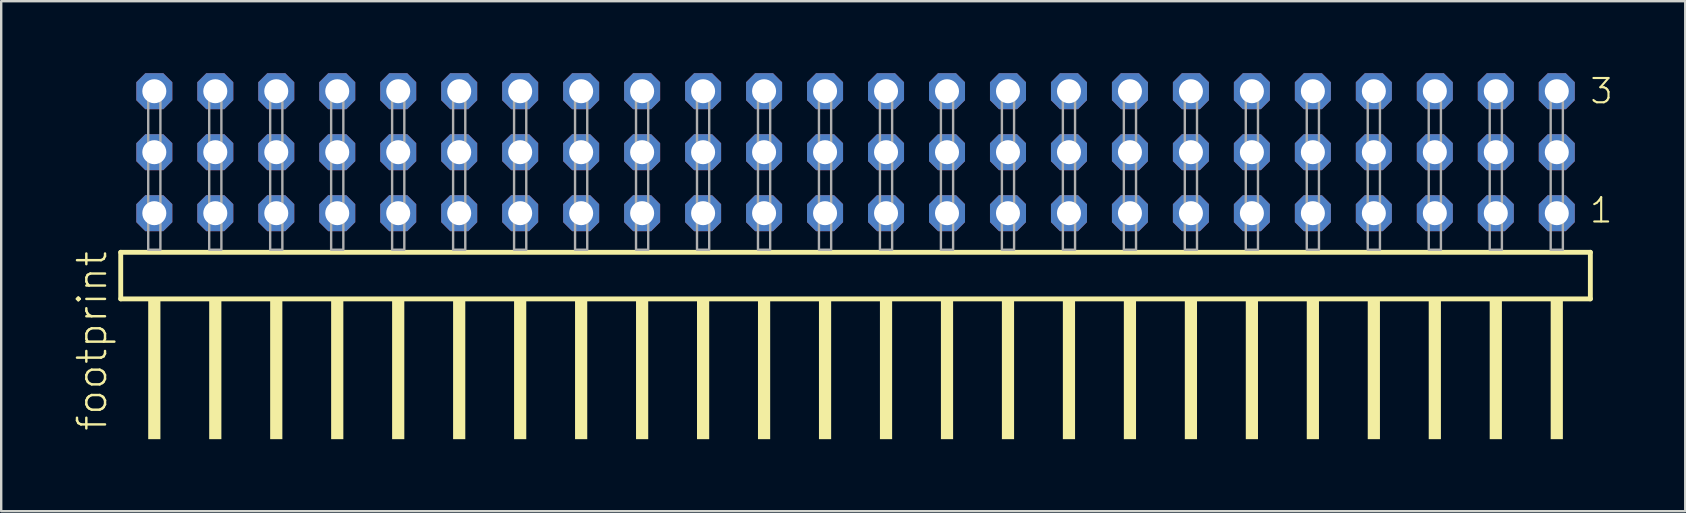
<source format=kicad_pcb>
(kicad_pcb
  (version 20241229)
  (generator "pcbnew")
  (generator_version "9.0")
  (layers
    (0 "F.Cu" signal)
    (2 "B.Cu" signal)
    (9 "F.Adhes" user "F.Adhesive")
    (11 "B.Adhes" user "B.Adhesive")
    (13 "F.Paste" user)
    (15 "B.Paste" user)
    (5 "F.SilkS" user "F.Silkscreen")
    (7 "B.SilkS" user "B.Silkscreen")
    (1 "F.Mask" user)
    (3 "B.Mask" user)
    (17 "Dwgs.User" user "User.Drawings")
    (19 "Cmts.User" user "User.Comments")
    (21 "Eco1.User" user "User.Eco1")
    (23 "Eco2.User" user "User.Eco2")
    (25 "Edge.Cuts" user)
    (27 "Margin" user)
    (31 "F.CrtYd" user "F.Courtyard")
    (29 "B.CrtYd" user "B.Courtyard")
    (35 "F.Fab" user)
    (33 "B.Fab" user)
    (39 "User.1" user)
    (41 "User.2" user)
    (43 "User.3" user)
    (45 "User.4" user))
  (footprint "footprint"
    (layer "F.Cu")
    (at 32.588 7.354)
    (property "Reference" "footprint" (at -31.115 7.62 90) (layer "F.SilkS") (effects (font (size 1.168 1.168) (thickness 0.102)) (justify left bottom)))
    (fp_line (start -30.609 0.106) (end -30.609 2.046) (stroke (width 0.203) (type solid)) (layer "F.SilkS"))
    (fp_line (start -30.609 2.046) (end 30.609 2.046) (stroke (width 0.203) (type solid)) (layer "F.SilkS"))
    (fp_line (start 30.609 0.106) (end -30.609 0.106) (stroke (width 0.203) (type solid)) (layer "F.SilkS"))
    (fp_line (start 30.609 2.046) (end 30.609 0.106) (stroke (width 0.203) (type solid)) (layer "F.SilkS"))
    (fp_poly (pts (xy -29.464 7.89) (xy -28.956 7.89) (xy -28.956 2.04) (xy -29.464 2.04)) (stroke (width 0) (type solid)) (fill yes) (layer "F.SilkS"))
    (fp_poly (pts (xy -26.924 7.89) (xy -26.416 7.89) (xy -26.416 2.04) (xy -26.924 2.04)) (stroke (width 0) (type solid)) (fill yes) (layer "F.SilkS"))
    (fp_poly (pts (xy -24.384 7.89) (xy -23.876 7.89) (xy -23.876 2.04) (xy -24.384 2.04)) (stroke (width 0) (type solid)) (fill yes) (layer "F.SilkS"))
    (fp_poly (pts (xy -21.844 7.89) (xy -21.336 7.89) (xy -21.336 2.04) (xy -21.844 2.04)) (stroke (width 0) (type solid)) (fill yes) (layer "F.SilkS"))
    (fp_poly (pts (xy -19.304 7.89) (xy -18.796 7.89) (xy -18.796 2.04) (xy -19.304 2.04)) (stroke (width 0) (type solid)) (fill yes) (layer "F.SilkS"))
    (fp_poly (pts (xy -16.764 7.89) (xy -16.256 7.89) (xy -16.256 2.04) (xy -16.764 2.04)) (stroke (width 0) (type solid)) (fill yes) (layer "F.SilkS"))
    (fp_poly (pts (xy -14.224 7.89) (xy -13.716 7.89) (xy -13.716 2.04) (xy -14.224 2.04)) (stroke (width 0) (type solid)) (fill yes) (layer "F.SilkS"))
    (fp_poly (pts (xy -11.684 7.89) (xy -11.176 7.89) (xy -11.176 2.04) (xy -11.684 2.04)) (stroke (width 0) (type solid)) (fill yes) (layer "F.SilkS"))
    (fp_poly (pts (xy -9.144 7.89) (xy -8.636 7.89) (xy -8.636 2.04) (xy -9.144 2.04)) (stroke (width 0) (type solid)) (fill yes) (layer "F.SilkS"))
    (fp_poly (pts (xy -6.604 7.89) (xy -6.096 7.89) (xy -6.096 2.04) (xy -6.604 2.04)) (stroke (width 0) (type solid)) (fill yes) (layer "F.SilkS"))
    (fp_poly (pts (xy -4.064 7.89) (xy -3.556 7.89) (xy -3.556 2.04) (xy -4.064 2.04)) (stroke (width 0) (type solid)) (fill yes) (layer "F.SilkS"))
    (fp_poly (pts (xy -1.524 7.89) (xy -1.016 7.89) (xy -1.016 2.04) (xy -1.524 2.04)) (stroke (width 0) (type solid)) (fill yes) (layer "F.SilkS"))
    (fp_poly (pts (xy 1.016 7.89) (xy 1.524 7.89) (xy 1.524 2.04) (xy 1.016 2.04)) (stroke (width 0) (type solid)) (fill yes) (layer "F.SilkS"))
    (fp_poly (pts (xy 3.556 7.89) (xy 4.064 7.89) (xy 4.064 2.04) (xy 3.556 2.04)) (stroke (width 0) (type solid)) (fill yes) (layer "F.SilkS"))
    (fp_poly (pts (xy 6.096 7.89) (xy 6.604 7.89) (xy 6.604 2.04) (xy 6.096 2.04)) (stroke (width 0) (type solid)) (fill yes) (layer "F.SilkS"))
    (fp_poly (pts (xy 8.636 7.89) (xy 9.144 7.89) (xy 9.144 2.04) (xy 8.636 2.04)) (stroke (width 0) (type solid)) (fill yes) (layer "F.SilkS"))
    (fp_poly (pts (xy 11.176 7.89) (xy 11.684 7.89) (xy 11.684 2.04) (xy 11.176 2.04)) (stroke (width 0) (type solid)) (fill yes) (layer "F.SilkS"))
    (fp_poly (pts (xy 13.716 7.89) (xy 14.224 7.89) (xy 14.224 2.04) (xy 13.716 2.04)) (stroke (width 0) (type solid)) (fill yes) (layer "F.SilkS"))
    (fp_poly (pts (xy 16.256 7.89) (xy 16.764 7.89) (xy 16.764 2.04) (xy 16.256 2.04)) (stroke (width 0) (type solid)) (fill yes) (layer "F.SilkS"))
    (fp_poly (pts (xy 18.796 7.89) (xy 19.304 7.89) (xy 19.304 2.04) (xy 18.796 2.04)) (stroke (width 0) (type solid)) (fill yes) (layer "F.SilkS"))
    (fp_poly (pts (xy 21.336 7.89) (xy 21.844 7.89) (xy 21.844 2.04) (xy 21.336 2.04)) (stroke (width 0) (type solid)) (fill yes) (layer "F.SilkS"))
    (fp_poly (pts (xy 23.876 7.89) (xy 24.384 7.89) (xy 24.384 2.04) (xy 23.876 2.04)) (stroke (width 0) (type solid)) (fill yes) (layer "F.SilkS"))
    (fp_poly (pts (xy 26.416 7.89) (xy 26.924 7.89) (xy 26.924 2.04) (xy 26.416 2.04)) (stroke (width 0) (type solid)) (fill yes) (layer "F.SilkS"))
    (fp_poly (pts (xy 28.956 7.89) (xy 29.464 7.89) (xy 29.464 2.04) (xy 28.956 2.04)) (stroke (width 0) (type solid)) (fill yes) (layer "F.SilkS"))
    (fp_poly (pts (xy -29.464 0) (xy -28.956 0) (xy -28.956 -6.858) (xy -29.464 -6.858)) (stroke (width 0.1) (type solid)) (fill no) (layer "F.Fab"))
    (fp_poly (pts (xy -26.924 0) (xy -26.416 0) (xy -26.416 -6.858) (xy -26.924 -6.858)) (stroke (width 0.1) (type solid)) (fill no) (layer "F.Fab"))
    (fp_poly (pts (xy -24.384 0) (xy -23.876 0) (xy -23.876 -6.858) (xy -24.384 -6.858)) (stroke (width 0.1) (type solid)) (fill no) (layer "F.Fab"))
    (fp_poly (pts (xy -21.844 0) (xy -21.336 0) (xy -21.336 -6.858) (xy -21.844 -6.858)) (stroke (width 0.1) (type solid)) (fill no) (layer "F.Fab"))
    (fp_poly (pts (xy -19.304 0) (xy -18.796 0) (xy -18.796 -6.858) (xy -19.304 -6.858)) (stroke (width 0.1) (type solid)) (fill no) (layer "F.Fab"))
    (fp_poly (pts (xy -16.764 0) (xy -16.256 0) (xy -16.256 -6.858) (xy -16.764 -6.858)) (stroke (width 0.1) (type solid)) (fill no) (layer "F.Fab"))
    (fp_poly (pts (xy -14.224 0) (xy -13.716 0) (xy -13.716 -6.858) (xy -14.224 -6.858)) (stroke (width 0.1) (type solid)) (fill no) (layer "F.Fab"))
    (fp_poly (pts (xy -11.684 0) (xy -11.176 0) (xy -11.176 -6.858) (xy -11.684 -6.858)) (stroke (width 0.1) (type solid)) (fill no) (layer "F.Fab"))
    (fp_poly (pts (xy -9.144 0) (xy -8.636 0) (xy -8.636 -6.858) (xy -9.144 -6.858)) (stroke (width 0.1) (type solid)) (fill no) (layer "F.Fab"))
    (fp_poly (pts (xy -6.604 0) (xy -6.096 0) (xy -6.096 -6.858) (xy -6.604 -6.858)) (stroke (width 0.1) (type solid)) (fill no) (layer "F.Fab"))
    (fp_poly (pts (xy -4.064 0) (xy -3.556 0) (xy -3.556 -6.858) (xy -4.064 -6.858)) (stroke (width 0.1) (type solid)) (fill no) (layer "F.Fab"))
    (fp_poly (pts (xy -1.524 0) (xy -1.016 0) (xy -1.016 -6.858) (xy -1.524 -6.858)) (stroke (width 0.1) (type solid)) (fill no) (layer "F.Fab"))
    (fp_poly (pts (xy 1.016 0) (xy 1.524 0) (xy 1.524 -6.858) (xy 1.016 -6.858)) (stroke (width 0.1) (type solid)) (fill no) (layer "F.Fab"))
    (fp_poly (pts (xy 3.556 0) (xy 4.064 0) (xy 4.064 -6.858) (xy 3.556 -6.858)) (stroke (width 0.1) (type solid)) (fill no) (layer "F.Fab"))
    (fp_poly (pts (xy 6.096 0) (xy 6.604 0) (xy 6.604 -6.858) (xy 6.096 -6.858)) (stroke (width 0.1) (type solid)) (fill no) (layer "F.Fab"))
    (fp_poly (pts (xy 8.636 0) (xy 9.144 0) (xy 9.144 -6.858) (xy 8.636 -6.858)) (stroke (width 0.1) (type solid)) (fill no) (layer "F.Fab"))
    (fp_poly (pts (xy 11.176 0) (xy 11.684 0) (xy 11.684 -6.858) (xy 11.176 -6.858)) (stroke (width 0.1) (type solid)) (fill no) (layer "F.Fab"))
    (fp_poly (pts (xy 13.716 0) (xy 14.224 0) (xy 14.224 -6.858) (xy 13.716 -6.858)) (stroke (width 0.1) (type solid)) (fill no) (layer "F.Fab"))
    (fp_poly (pts (xy 16.256 0) (xy 16.764 0) (xy 16.764 -6.858) (xy 16.256 -6.858)) (stroke (width 0.1) (type solid)) (fill no) (layer "F.Fab"))
    (fp_poly (pts (xy 18.796 0) (xy 19.304 0) (xy 19.304 -6.858) (xy 18.796 -6.858)) (stroke (width 0.1) (type solid)) (fill no) (layer "F.Fab"))
    (fp_poly (pts (xy 21.336 0) (xy 21.844 0) (xy 21.844 -6.858) (xy 21.336 -6.858)) (stroke (width 0.1) (type solid)) (fill no) (layer "F.Fab"))
    (fp_poly (pts (xy 23.876 0) (xy 24.384 0) (xy 24.384 -6.858) (xy 23.876 -6.858)) (stroke (width 0.1) (type solid)) (fill no) (layer "F.Fab"))
    (fp_poly (pts (xy 26.416 0) (xy 26.924 0) (xy 26.924 -6.858) (xy 26.416 -6.858)) (stroke (width 0.1) (type solid)) (fill no) (layer "F.Fab"))
    (fp_poly (pts (xy 28.956 0) (xy 29.464 0) (xy 29.464 -6.858) (xy 28.956 -6.858)) (stroke (width 0.1) (type solid)) (fill no) (layer "F.Fab"))
    (fp_text user "1" (at 30.52 -1.05 0) (layer "F.SilkS") (effects (font (size 1.012 1.012) (thickness 0.088)) (justify left bottom)))
    (fp_text user "3" (at 30.535 -6.015 0) (layer "F.SilkS") (effects (font (size 1.012 1.012) (thickness 0.088)) (justify left bottom)))
    (pad "1" thru_hole roundrect (at 29.21 -1.524 180) (size 1.5 1.5) (drill 1) (layers "*.Cu" "*.Mask") (roundrect_rratio 0.25) (chamfer_ratio 0.25) (chamfer top_left top_right bottom_left bottom_right))
    (pad "2" thru_hole roundrect (at 29.21 -4.064 180) (size 1.5 1.5) (drill 1) (layers "*.Cu" "*.Mask") (roundrect_rratio 0.25) (chamfer_ratio 0.25) (chamfer top_left top_right bottom_left bottom_right))
    (pad "3" thru_hole roundrect (at 29.21 -6.604 180) (size 1.5 1.5) (drill 1) (layers "*.Cu" "*.Mask") (roundrect_rratio 0.25) (chamfer_ratio 0.25) (chamfer top_left top_right bottom_left bottom_right))
    (pad "4" thru_hole roundrect (at 26.67 -1.524 180) (size 1.5 1.5) (drill 1) (layers "*.Cu" "*.Mask") (roundrect_rratio 0.25) (chamfer_ratio 0.25) (chamfer top_left top_right bottom_left bottom_right))
    (pad "5" thru_hole roundrect (at 26.67 -4.064 180) (size 1.5 1.5) (drill 1) (layers "*.Cu" "*.Mask") (roundrect_rratio 0.25) (chamfer_ratio 0.25) (chamfer top_left top_right bottom_left bottom_right))
    (pad "6" thru_hole roundrect (at 26.67 -6.604 180) (size 1.5 1.5) (drill 1) (layers "*.Cu" "*.Mask") (roundrect_rratio 0.25) (chamfer_ratio 0.25) (chamfer top_left top_right bottom_left bottom_right))
    (pad "7" thru_hole roundrect (at 24.13 -1.524 180) (size 1.5 1.5) (drill 1) (layers "*.Cu" "*.Mask") (roundrect_rratio 0.25) (chamfer_ratio 0.25) (chamfer top_left top_right bottom_left bottom_right))
    (pad "8" thru_hole roundrect (at 24.13 -4.064 180) (size 1.5 1.5) (drill 1) (layers "*.Cu" "*.Mask") (roundrect_rratio 0.25) (chamfer_ratio 0.25) (chamfer top_left top_right bottom_left bottom_right))
    (pad "9" thru_hole roundrect (at 24.13 -6.604 180) (size 1.5 1.5) (drill 1) (layers "*.Cu" "*.Mask") (roundrect_rratio 0.25) (chamfer_ratio 0.25) (chamfer top_left top_right bottom_left bottom_right))
    (pad "10" thru_hole roundrect (at 21.59 -1.524 180) (size 1.5 1.5) (drill 1) (layers "*.Cu" "*.Mask") (roundrect_rratio 0.25) (chamfer_ratio 0.25) (chamfer top_left top_right bottom_left bottom_right))
    (pad "11" thru_hole roundrect (at 21.59 -4.064 180) (size 1.5 1.5) (drill 1) (layers "*.Cu" "*.Mask") (roundrect_rratio 0.25) (chamfer_ratio 0.25) (chamfer top_left top_right bottom_left bottom_right))
    (pad "12" thru_hole roundrect (at 21.59 -6.604 180) (size 1.5 1.5) (drill 1) (layers "*.Cu" "*.Mask") (roundrect_rratio 0.25) (chamfer_ratio 0.25) (chamfer top_left top_right bottom_left bottom_right))
    (pad "13" thru_hole roundrect (at 19.05 -1.524 180) (size 1.5 1.5) (drill 1) (layers "*.Cu" "*.Mask") (roundrect_rratio 0.25) (chamfer_ratio 0.25) (chamfer top_left top_right bottom_left bottom_right))
    (pad "14" thru_hole roundrect (at 19.05 -4.064 180) (size 1.5 1.5) (drill 1) (layers "*.Cu" "*.Mask") (roundrect_rratio 0.25) (chamfer_ratio 0.25) (chamfer top_left top_right bottom_left bottom_right))
    (pad "15" thru_hole roundrect (at 19.05 -6.604 180) (size 1.5 1.5) (drill 1) (layers "*.Cu" "*.Mask") (roundrect_rratio 0.25) (chamfer_ratio 0.25) (chamfer top_left top_right bottom_left bottom_right))
    (pad "16" thru_hole roundrect (at 16.51 -1.524 180) (size 1.5 1.5) (drill 1) (layers "*.Cu" "*.Mask") (roundrect_rratio 0.25) (chamfer_ratio 0.25) (chamfer top_left top_right bottom_left bottom_right))
    (pad "17" thru_hole roundrect (at 16.51 -4.064 180) (size 1.5 1.5) (drill 1) (layers "*.Cu" "*.Mask") (roundrect_rratio 0.25) (chamfer_ratio 0.25) (chamfer top_left top_right bottom_left bottom_right))
    (pad "18" thru_hole roundrect (at 16.51 -6.604 180) (size 1.5 1.5) (drill 1) (layers "*.Cu" "*.Mask") (roundrect_rratio 0.25) (chamfer_ratio 0.25) (chamfer top_left top_right bottom_left bottom_right))
    (pad "19" thru_hole roundrect (at 13.97 -1.524 180) (size 1.5 1.5) (drill 1) (layers "*.Cu" "*.Mask") (roundrect_rratio 0.25) (chamfer_ratio 0.25) (chamfer top_left top_right bottom_left bottom_right))
    (pad "20" thru_hole roundrect (at 13.97 -4.064 180) (size 1.5 1.5) (drill 1) (layers "*.Cu" "*.Mask") (roundrect_rratio 0.25) (chamfer_ratio 0.25) (chamfer top_left top_right bottom_left bottom_right))
    (pad "21" thru_hole roundrect (at 13.97 -6.604 180) (size 1.5 1.5) (drill 1) (layers "*.Cu" "*.Mask") (roundrect_rratio 0.25) (chamfer_ratio 0.25) (chamfer top_left top_right bottom_left bottom_right))
    (pad "22" thru_hole roundrect (at 11.43 -1.524 180) (size 1.5 1.5) (drill 1) (layers "*.Cu" "*.Mask") (roundrect_rratio 0.25) (chamfer_ratio 0.25) (chamfer top_left top_right bottom_left bottom_right))
    (pad "23" thru_hole roundrect (at 11.43 -4.064 180) (size 1.5 1.5) (drill 1) (layers "*.Cu" "*.Mask") (roundrect_rratio 0.25) (chamfer_ratio 0.25) (chamfer top_left top_right bottom_left bottom_right))
    (pad "24" thru_hole roundrect (at 11.43 -6.604 180) (size 1.5 1.5) (drill 1) (layers "*.Cu" "*.Mask") (roundrect_rratio 0.25) (chamfer_ratio 0.25) (chamfer top_left top_right bottom_left bottom_right))
    (pad "25" thru_hole roundrect (at 8.89 -1.524 180) (size 1.5 1.5) (drill 1) (layers "*.Cu" "*.Mask") (roundrect_rratio 0.25) (chamfer_ratio 0.25) (chamfer top_left top_right bottom_left bottom_right))
    (pad "26" thru_hole roundrect (at 8.89 -4.064 180) (size 1.5 1.5) (drill 1) (layers "*.Cu" "*.Mask") (roundrect_rratio 0.25) (chamfer_ratio 0.25) (chamfer top_left top_right bottom_left bottom_right))
    (pad "27" thru_hole roundrect (at 8.89 -6.604 180) (size 1.5 1.5) (drill 1) (layers "*.Cu" "*.Mask") (roundrect_rratio 0.25) (chamfer_ratio 0.25) (chamfer top_left top_right bottom_left bottom_right))
    (pad "28" thru_hole roundrect (at 6.35 -1.524 180) (size 1.5 1.5) (drill 1) (layers "*.Cu" "*.Mask") (roundrect_rratio 0.25) (chamfer_ratio 0.25) (chamfer top_left top_right bottom_left bottom_right))
    (pad "29" thru_hole roundrect (at 6.35 -4.064 180) (size 1.5 1.5) (drill 1) (layers "*.Cu" "*.Mask") (roundrect_rratio 0.25) (chamfer_ratio 0.25) (chamfer top_left top_right bottom_left bottom_right))
    (pad "30" thru_hole roundrect (at 6.35 -6.604 180) (size 1.5 1.5) (drill 1) (layers "*.Cu" "*.Mask") (roundrect_rratio 0.25) (chamfer_ratio 0.25) (chamfer top_left top_right bottom_left bottom_right))
    (pad "31" thru_hole roundrect (at 3.81 -1.524 180) (size 1.5 1.5) (drill 1) (layers "*.Cu" "*.Mask") (roundrect_rratio 0.25) (chamfer_ratio 0.25) (chamfer top_left top_right bottom_left bottom_right))
    (pad "32" thru_hole roundrect (at 3.81 -4.064 180) (size 1.5 1.5) (drill 1) (layers "*.Cu" "*.Mask") (roundrect_rratio 0.25) (chamfer_ratio 0.25) (chamfer top_left top_right bottom_left bottom_right))
    (pad "33" thru_hole roundrect (at 3.81 -6.604 180) (size 1.5 1.5) (drill 1) (layers "*.Cu" "*.Mask") (roundrect_rratio 0.25) (chamfer_ratio 0.25) (chamfer top_left top_right bottom_left bottom_right))
    (pad "34" thru_hole roundrect (at 1.27 -1.524 180) (size 1.5 1.5) (drill 1) (layers "*.Cu" "*.Mask") (roundrect_rratio 0.25) (chamfer_ratio 0.25) (chamfer top_left top_right bottom_left bottom_right))
    (pad "35" thru_hole roundrect (at 1.27 -4.064 180) (size 1.5 1.5) (drill 1) (layers "*.Cu" "*.Mask") (roundrect_rratio 0.25) (chamfer_ratio 0.25) (chamfer top_left top_right bottom_left bottom_right))
    (pad "36" thru_hole roundrect (at 1.27 -6.604 180) (size 1.5 1.5) (drill 1) (layers "*.Cu" "*.Mask") (roundrect_rratio 0.25) (chamfer_ratio 0.25) (chamfer top_left top_right bottom_left bottom_right))
    (pad "37" thru_hole roundrect (at -1.27 -1.524 180) (size 1.5 1.5) (drill 1) (layers "*.Cu" "*.Mask") (roundrect_rratio 0.25) (chamfer_ratio 0.25) (chamfer top_left top_right bottom_left bottom_right))
    (pad "38" thru_hole roundrect (at -1.27 -4.064 180) (size 1.5 1.5) (drill 1) (layers "*.Cu" "*.Mask") (roundrect_rratio 0.25) (chamfer_ratio 0.25) (chamfer top_left top_right bottom_left bottom_right))
    (pad "39" thru_hole roundrect (at -1.27 -6.604 180) (size 1.5 1.5) (drill 1) (layers "*.Cu" "*.Mask") (roundrect_rratio 0.25) (chamfer_ratio 0.25) (chamfer top_left top_right bottom_left bottom_right))
    (pad "40" thru_hole roundrect (at -3.81 -1.524 180) (size 1.5 1.5) (drill 1) (layers "*.Cu" "*.Mask") (roundrect_rratio 0.25) (chamfer_ratio 0.25) (chamfer top_left top_right bottom_left bottom_right))
    (pad "41" thru_hole roundrect (at -3.81 -4.064 180) (size 1.5 1.5) (drill 1) (layers "*.Cu" "*.Mask") (roundrect_rratio 0.25) (chamfer_ratio 0.25) (chamfer top_left top_right bottom_left bottom_right))
    (pad "42" thru_hole roundrect (at -3.81 -6.604 180) (size 1.5 1.5) (drill 1) (layers "*.Cu" "*.Mask") (roundrect_rratio 0.25) (chamfer_ratio 0.25) (chamfer top_left top_right bottom_left bottom_right))
    (pad "43" thru_hole roundrect (at -6.35 -1.524 180) (size 1.5 1.5) (drill 1) (layers "*.Cu" "*.Mask") (roundrect_rratio 0.25) (chamfer_ratio 0.25) (chamfer top_left top_right bottom_left bottom_right))
    (pad "44" thru_hole roundrect (at -6.35 -4.064 180) (size 1.5 1.5) (drill 1) (layers "*.Cu" "*.Mask") (roundrect_rratio 0.25) (chamfer_ratio 0.25) (chamfer top_left top_right bottom_left bottom_right))
    (pad "45" thru_hole roundrect (at -6.35 -6.604 180) (size 1.5 1.5) (drill 1) (layers "*.Cu" "*.Mask") (roundrect_rratio 0.25) (chamfer_ratio 0.25) (chamfer top_left top_right bottom_left bottom_right))
    (pad "46" thru_hole roundrect (at -8.89 -1.524 180) (size 1.5 1.5) (drill 1) (layers "*.Cu" "*.Mask") (roundrect_rratio 0.25) (chamfer_ratio 0.25) (chamfer top_left top_right bottom_left bottom_right))
    (pad "47" thru_hole roundrect (at -8.89 -4.064 180) (size 1.5 1.5) (drill 1) (layers "*.Cu" "*.Mask") (roundrect_rratio 0.25) (chamfer_ratio 0.25) (chamfer top_left top_right bottom_left bottom_right))
    (pad "48" thru_hole roundrect (at -8.89 -6.604 180) (size 1.5 1.5) (drill 1) (layers "*.Cu" "*.Mask") (roundrect_rratio 0.25) (chamfer_ratio 0.25) (chamfer top_left top_right bottom_left bottom_right))
    (pad "49" thru_hole roundrect (at -11.43 -1.524 180) (size 1.5 1.5) (drill 1) (layers "*.Cu" "*.Mask") (roundrect_rratio 0.25) (chamfer_ratio 0.25) (chamfer top_left top_right bottom_left bottom_right))
    (pad "50" thru_hole roundrect (at -11.43 -4.064 180) (size 1.5 1.5) (drill 1) (layers "*.Cu" "*.Mask") (roundrect_rratio 0.25) (chamfer_ratio 0.25) (chamfer top_left top_right bottom_left bottom_right))
    (pad "51" thru_hole roundrect (at -11.43 -6.604 180) (size 1.5 1.5) (drill 1) (layers "*.Cu" "*.Mask") (roundrect_rratio 0.25) (chamfer_ratio 0.25) (chamfer top_left top_right bottom_left bottom_right))
    (pad "52" thru_hole roundrect (at -13.97 -1.524 180) (size 1.5 1.5) (drill 1) (layers "*.Cu" "*.Mask") (roundrect_rratio 0.25) (chamfer_ratio 0.25) (chamfer top_left top_right bottom_left bottom_right))
    (pad "53" thru_hole roundrect (at -13.97 -4.064 180) (size 1.5 1.5) (drill 1) (layers "*.Cu" "*.Mask") (roundrect_rratio 0.25) (chamfer_ratio 0.25) (chamfer top_left top_right bottom_left bottom_right))
    (pad "54" thru_hole roundrect (at -13.97 -6.604 180) (size 1.5 1.5) (drill 1) (layers "*.Cu" "*.Mask") (roundrect_rratio 0.25) (chamfer_ratio 0.25) (chamfer top_left top_right bottom_left bottom_right))
    (pad "55" thru_hole roundrect (at -16.51 -1.524 180) (size 1.5 1.5) (drill 1) (layers "*.Cu" "*.Mask") (roundrect_rratio 0.25) (chamfer_ratio 0.25) (chamfer top_left top_right bottom_left bottom_right))
    (pad "56" thru_hole roundrect (at -16.51 -4.064 180) (size 1.5 1.5) (drill 1) (layers "*.Cu" "*.Mask") (roundrect_rratio 0.25) (chamfer_ratio 0.25) (chamfer top_left top_right bottom_left bottom_right))
    (pad "57" thru_hole roundrect (at -16.51 -6.604 180) (size 1.5 1.5) (drill 1) (layers "*.Cu" "*.Mask") (roundrect_rratio 0.25) (chamfer_ratio 0.25) (chamfer top_left top_right bottom_left bottom_right))
    (pad "58" thru_hole roundrect (at -19.05 -1.524 180) (size 1.5 1.5) (drill 1) (layers "*.Cu" "*.Mask") (roundrect_rratio 0.25) (chamfer_ratio 0.25) (chamfer top_left top_right bottom_left bottom_right))
    (pad "59" thru_hole roundrect (at -19.05 -4.064 180) (size 1.5 1.5) (drill 1) (layers "*.Cu" "*.Mask") (roundrect_rratio 0.25) (chamfer_ratio 0.25) (chamfer top_left top_right bottom_left bottom_right))
    (pad "60" thru_hole roundrect (at -19.05 -6.604 180) (size 1.5 1.5) (drill 1) (layers "*.Cu" "*.Mask") (roundrect_rratio 0.25) (chamfer_ratio 0.25) (chamfer top_left top_right bottom_left bottom_right))
    (pad "61" thru_hole roundrect (at -21.59 -1.524 180) (size 1.5 1.5) (drill 1) (layers "*.Cu" "*.Mask") (roundrect_rratio 0.25) (chamfer_ratio 0.25) (chamfer top_left top_right bottom_left bottom_right))
    (pad "62" thru_hole roundrect (at -21.59 -4.064 180) (size 1.5 1.5) (drill 1) (layers "*.Cu" "*.Mask") (roundrect_rratio 0.25) (chamfer_ratio 0.25) (chamfer top_left top_right bottom_left bottom_right))
    (pad "63" thru_hole roundrect (at -21.59 -6.604 180) (size 1.5 1.5) (drill 1) (layers "*.Cu" "*.Mask") (roundrect_rratio 0.25) (chamfer_ratio 0.25) (chamfer top_left top_right bottom_left bottom_right))
    (pad "64" thru_hole roundrect (at -24.13 -1.524 180) (size 1.5 1.5) (drill 1) (layers "*.Cu" "*.Mask") (roundrect_rratio 0.25) (chamfer_ratio 0.25) (chamfer top_left top_right bottom_left bottom_right))
    (pad "65" thru_hole roundrect (at -24.13 -4.064 180) (size 1.5 1.5) (drill 1) (layers "*.Cu" "*.Mask") (roundrect_rratio 0.25) (chamfer_ratio 0.25) (chamfer top_left top_right bottom_left bottom_right))
    (pad "66" thru_hole roundrect (at -24.13 -6.604 180) (size 1.5 1.5) (drill 1) (layers "*.Cu" "*.Mask") (roundrect_rratio 0.25) (chamfer_ratio 0.25) (chamfer top_left top_right bottom_left bottom_right))
    (pad "67" thru_hole roundrect (at -26.67 -1.524 180) (size 1.5 1.5) (drill 1) (layers "*.Cu" "*.Mask") (roundrect_rratio 0.25) (chamfer_ratio 0.25) (chamfer top_left top_right bottom_left bottom_right))
    (pad "68" thru_hole roundrect (at -26.67 -4.064 180) (size 1.5 1.5) (drill 1) (layers "*.Cu" "*.Mask") (roundrect_rratio 0.25) (chamfer_ratio 0.25) (chamfer top_left top_right bottom_left bottom_right))
    (pad "69" thru_hole roundrect (at -26.67 -6.604 180) (size 1.5 1.5) (drill 1) (layers "*.Cu" "*.Mask") (roundrect_rratio 0.25) (chamfer_ratio 0.25) (chamfer top_left top_right bottom_left bottom_right))
    (pad "70" thru_hole roundrect (at -29.21 -1.524 180) (size 1.5 1.5) (drill 1) (layers "*.Cu" "*.Mask") (roundrect_rratio 0.25) (chamfer_ratio 0.25) (chamfer top_left top_right bottom_left bottom_right))
    (pad "71" thru_hole roundrect (at -29.21 -4.064 180) (size 1.5 1.5) (drill 1) (layers "*.Cu" "*.Mask") (roundrect_rratio 0.25) (chamfer_ratio 0.25) (chamfer top_left top_right bottom_left bottom_right))
    (pad "72" thru_hole roundrect (at -29.21 -6.604 180) (size 1.5 1.5) (drill 1) (layers "*.Cu" "*.Mask") (roundrect_rratio 0.25) (chamfer_ratio 0.25) (chamfer top_left top_right bottom_left bottom_right)))
  (gr_rect
    (start -3 -3)
    (end 67.149 18.244)
    (stroke (width 0.1) (type default))
    (fill no)
    (layer "Edge.Cuts")))
</source>
